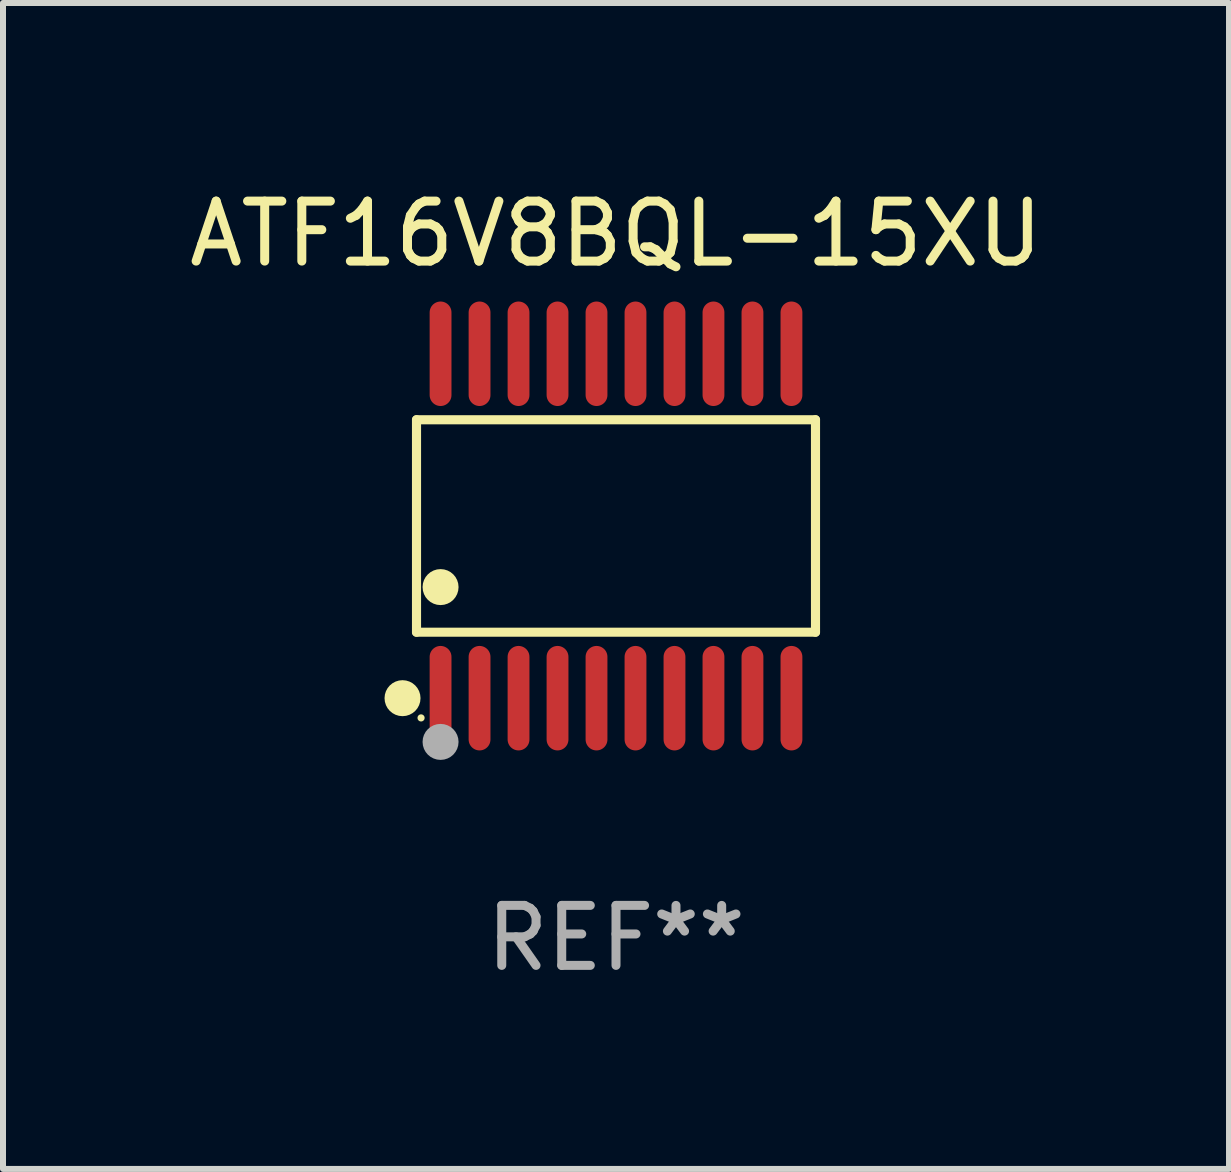
<source format=kicad_pcb>
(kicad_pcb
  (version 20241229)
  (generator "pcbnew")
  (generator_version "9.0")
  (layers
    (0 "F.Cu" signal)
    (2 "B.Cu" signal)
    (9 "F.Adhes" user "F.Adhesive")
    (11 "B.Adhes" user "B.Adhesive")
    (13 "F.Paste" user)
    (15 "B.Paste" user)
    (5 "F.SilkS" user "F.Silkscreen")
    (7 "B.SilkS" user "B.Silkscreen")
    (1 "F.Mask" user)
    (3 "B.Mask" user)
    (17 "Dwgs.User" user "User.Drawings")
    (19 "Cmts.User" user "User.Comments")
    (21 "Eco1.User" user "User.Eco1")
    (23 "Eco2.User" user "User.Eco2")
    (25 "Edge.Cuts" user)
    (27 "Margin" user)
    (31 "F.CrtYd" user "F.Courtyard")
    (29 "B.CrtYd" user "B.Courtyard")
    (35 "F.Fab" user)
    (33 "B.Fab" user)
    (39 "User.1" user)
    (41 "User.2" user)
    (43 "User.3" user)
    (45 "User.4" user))
  (footprint "ATF16V8BQL-15XU"
    (layer "F.Cu")
    (at 7.22 5.719)
    (property "Reference" "ATF16V8BQL-15XU" (at 0 -4.871 0) (layer "F.SilkS") (effects (font (size 1 1) (thickness 0.15))))
    (attr through_hole)
    (fp_line (start -3.326 -1.771) (end 3.326 -1.771) (stroke (width 0.152) (type solid)) (layer "F.SilkS"))
    (fp_line (start -3.326 1.771) (end -3.326 -1.771) (stroke (width 0.152) (type solid)) (layer "F.SilkS"))
    (fp_line (start 3.326 -1.771) (end 3.326 1.771) (stroke (width 0.152) (type solid)) (layer "F.SilkS"))
    (fp_line (start 3.326 1.771) (end -3.326 1.771) (stroke (width 0.152) (type solid)) (layer "F.SilkS"))
    (fp_circle (center -3.559 2.871) (end -3.409 2.871) (stroke (width 0.3) (type solid)) (fill no) (layer "F.SilkS"))
    (fp_circle (center -3.25 3.2) (end -3.22 3.2) (stroke (width 0.06) (type solid)) (fill no) (layer "F.SilkS"))
    (fp_circle (center -2.925 1.019) (end -2.775 1.019) (stroke (width 0.3) (type solid)) (fill no) (layer "F.SilkS"))
    (fp_circle (center -2.925 3.6) (end -2.775 3.6) (stroke (width 0.3) (type solid)) (fill no) (layer "F.Fab"))
    (fp_text user "REF**" (at 0 6.871 0) (layer "F.Fab") (effects (font (size 1 1) (thickness 0.15))))
    (pad "1" smd oval (at -2.925 2.871) (size 0.364 1.742) (layers "F.Cu" "F.Mask" "F.Paste"))
    (pad "2" smd oval (at -2.275 2.871) (size 0.364 1.742) (layers "F.Cu" "F.Mask" "F.Paste"))
    (pad "3" smd oval (at -1.625 2.871) (size 0.364 1.742) (layers "F.Cu" "F.Mask" "F.Paste"))
    (pad "4" smd oval (at -0.975 2.871) (size 0.364 1.742) (layers "F.Cu" "F.Mask" "F.Paste"))
    (pad "5" smd oval (at -0.325 2.871) (size 0.364 1.742) (layers "F.Cu" "F.Mask" "F.Paste"))
    (pad "6" smd oval (at 0.325 2.871) (size 0.364 1.742) (layers "F.Cu" "F.Mask" "F.Paste"))
    (pad "7" smd oval (at 0.975 2.871) (size 0.364 1.742) (layers "F.Cu" "F.Mask" "F.Paste"))
    (pad "8" smd oval (at 1.625 2.871) (size 0.364 1.742) (layers "F.Cu" "F.Mask" "F.Paste"))
    (pad "9" smd oval (at 2.275 2.871) (size 0.364 1.742) (layers "F.Cu" "F.Mask" "F.Paste"))
    (pad "10" smd oval (at 2.925 2.871) (size 0.364 1.742) (layers "F.Cu" "F.Mask" "F.Paste"))
    (pad "11" smd oval (at 2.925 -2.871) (size 0.364 1.742) (layers "F.Cu" "F.Mask" "F.Paste"))
    (pad "12" smd oval (at 2.275 -2.871) (size 0.364 1.742) (layers "F.Cu" "F.Mask" "F.Paste"))
    (pad "13" smd oval (at 1.625 -2.871) (size 0.364 1.742) (layers "F.Cu" "F.Mask" "F.Paste"))
    (pad "14" smd oval (at 0.975 -2.871) (size 0.364 1.742) (layers "F.Cu" "F.Mask" "F.Paste"))
    (pad "15" smd oval (at 0.325 -2.871) (size 0.364 1.742) (layers "F.Cu" "F.Mask" "F.Paste"))
    (pad "16" smd oval (at -0.325 -2.871) (size 0.364 1.742) (layers "F.Cu" "F.Mask" "F.Paste"))
    (pad "17" smd oval (at -0.975 -2.871) (size 0.364 1.742) (layers "F.Cu" "F.Mask" "F.Paste"))
    (pad "18" smd oval (at -1.625 -2.871) (size 0.364 1.742) (layers "F.Cu" "F.Mask" "F.Paste"))
    (pad "19" smd oval (at -2.275 -2.871) (size 0.364 1.742) (layers "F.Cu" "F.Mask" "F.Paste"))
    (pad "20" smd oval (at -2.925 -2.871) (size 0.364 1.742) (layers "F.Cu" "F.Mask" "F.Paste")))
  (gr_rect
    (start -3 -3)
    (end 17.44 16.438)
    (stroke (width 0.1) (type default))
    (fill no)
    (layer "Edge.Cuts")))
</source>
